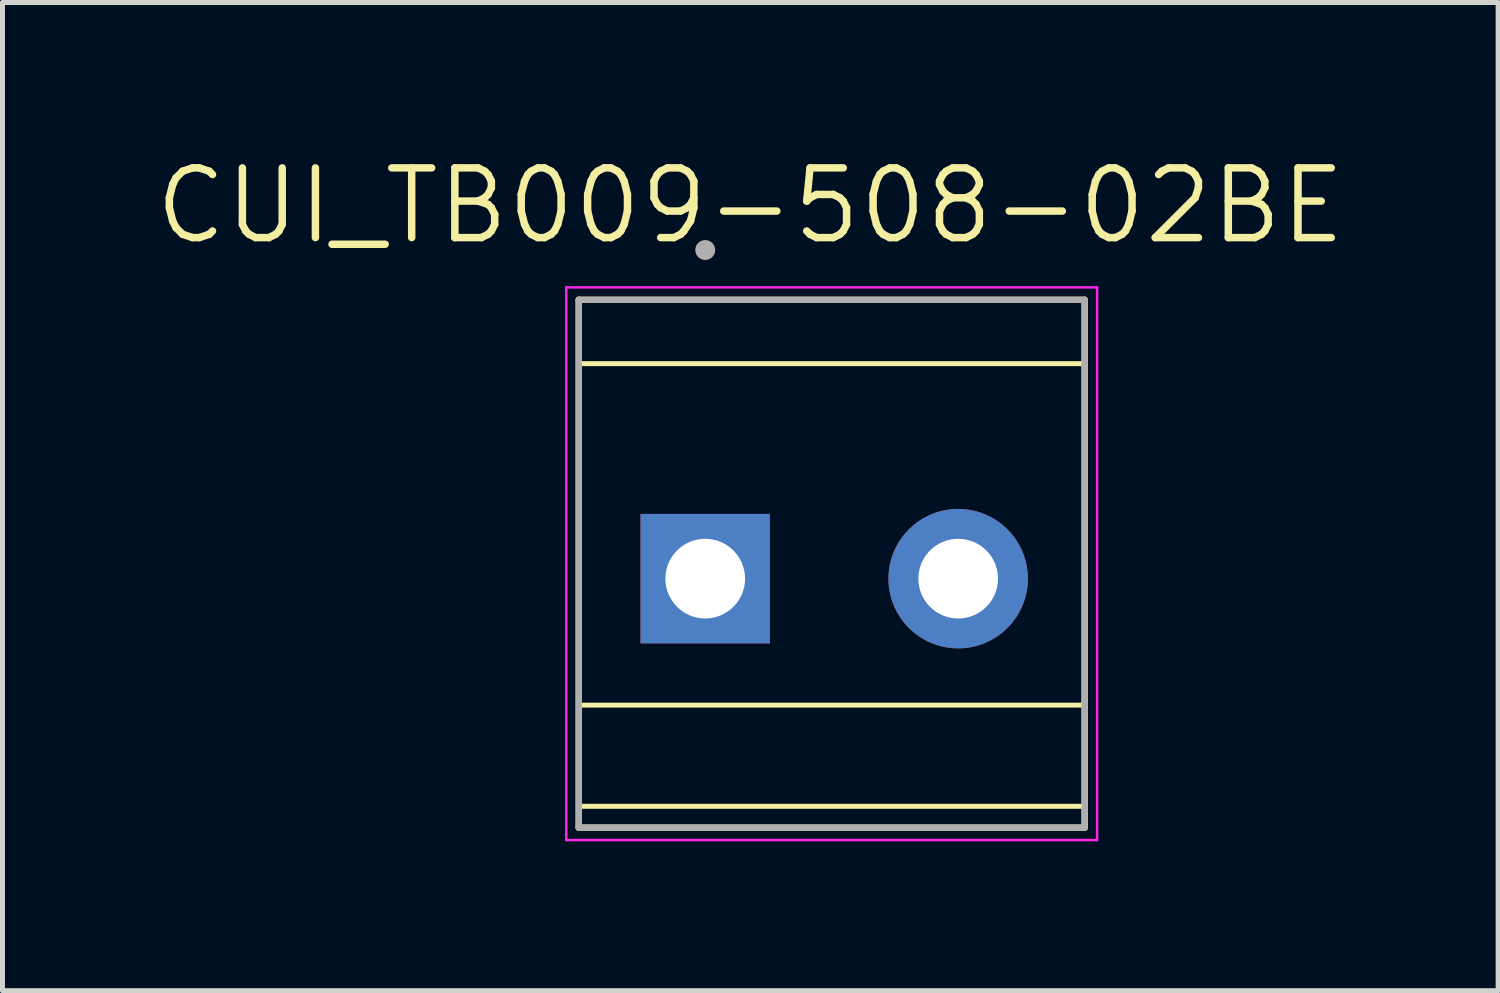
<source format=kicad_pcb>
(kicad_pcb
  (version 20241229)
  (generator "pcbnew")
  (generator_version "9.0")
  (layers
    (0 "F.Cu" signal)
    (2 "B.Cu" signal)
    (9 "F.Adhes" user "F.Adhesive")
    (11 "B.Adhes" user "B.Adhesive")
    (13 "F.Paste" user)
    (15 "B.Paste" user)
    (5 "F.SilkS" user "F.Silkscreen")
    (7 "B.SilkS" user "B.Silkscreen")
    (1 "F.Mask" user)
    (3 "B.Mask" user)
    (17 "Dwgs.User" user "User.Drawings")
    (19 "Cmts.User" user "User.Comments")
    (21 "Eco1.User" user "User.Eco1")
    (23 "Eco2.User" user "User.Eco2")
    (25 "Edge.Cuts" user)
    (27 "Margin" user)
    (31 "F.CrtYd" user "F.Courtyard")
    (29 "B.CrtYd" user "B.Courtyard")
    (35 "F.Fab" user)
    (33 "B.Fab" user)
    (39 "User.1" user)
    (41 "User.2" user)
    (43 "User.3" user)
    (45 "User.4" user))
  (footprint "CUI_TB009-508-02BE"
    (layer "F.Cu")
    (at 11.113 8.571)
    (property "Reference" "CUI_TB009-508-02BE" (at 0.905 -7.489 0) (layer "F.SilkS") (effects (font (size 1.4 1.4) (thickness 0.15))))
    (attr through_hole)
    (fp_line (start -2.54 -5.6) (end 7.62 -5.6) (stroke (width 0.127) (type solid)) (layer "F.SilkS"))
    (fp_line (start -2.54 -4.318) (end 7.62 -4.318) (stroke (width 0.1) (type default)) (layer "F.SilkS"))
    (fp_line (start -2.54 2.54) (end 7.62 2.54) (stroke (width 0.1) (type default)) (layer "F.SilkS"))
    (fp_line (start -2.54 4.572) (end 7.62 4.572) (stroke (width 0.1) (type default)) (layer "F.SilkS"))
    (fp_line (start -2.54 5) (end -2.54 -5.6) (stroke (width 0.127) (type solid)) (layer "F.SilkS"))
    (fp_line (start 7.62 -5.6) (end 7.62 5) (stroke (width 0.127) (type solid)) (layer "F.SilkS"))
    (fp_line (start 7.62 5) (end -2.54 5) (stroke (width 0.127) (type solid)) (layer "F.SilkS"))
    (fp_line (start -2.79 -5.85) (end 7.87 -5.85) (stroke (width 0.05) (type solid)) (layer "F.CrtYd"))
    (fp_line (start -2.79 5.25) (end -2.79 -5.85) (stroke (width 0.05) (type solid)) (layer "F.CrtYd"))
    (fp_line (start 7.87 -5.85) (end 7.87 5.25) (stroke (width 0.05) (type solid)) (layer "F.CrtYd"))
    (fp_line (start 7.87 5.25) (end -2.79 5.25) (stroke (width 0.05) (type solid)) (layer "F.CrtYd"))
    (fp_line (start -2.54 -5.6) (end 7.62 -5.6) (stroke (width 0.127) (type solid)) (layer "F.Fab"))
    (fp_line (start -2.54 5) (end -2.54 -5.6) (stroke (width 0.127) (type solid)) (layer "F.Fab"))
    (fp_line (start 7.62 -5.6) (end 7.62 5) (stroke (width 0.127) (type solid)) (layer "F.Fab"))
    (fp_line (start 7.62 5) (end -2.54 5) (stroke (width 0.127) (type solid)) (layer "F.Fab"))
    (fp_circle (center 0 -6.6) (end 0.1 -6.6) (stroke (width 0.2) (type solid)) (fill no) (layer "F.Fab"))
    (pad "1" thru_hole rect (at 0 0) (size 2.6 2.6) (drill 1.6) (layers "*.Cu" "*.Mask"))
    (pad "2" thru_hole circle (at 5.08 0) (size 2.8 2.8) (drill 1.6) (layers "*.Cu" "*.Mask")))
  (gr_rect
    (start -3 -3)
    (end 27.037 16.846)
    (stroke (width 0.1) (type default))
    (fill no)
    (layer "Edge.Cuts")))
</source>
